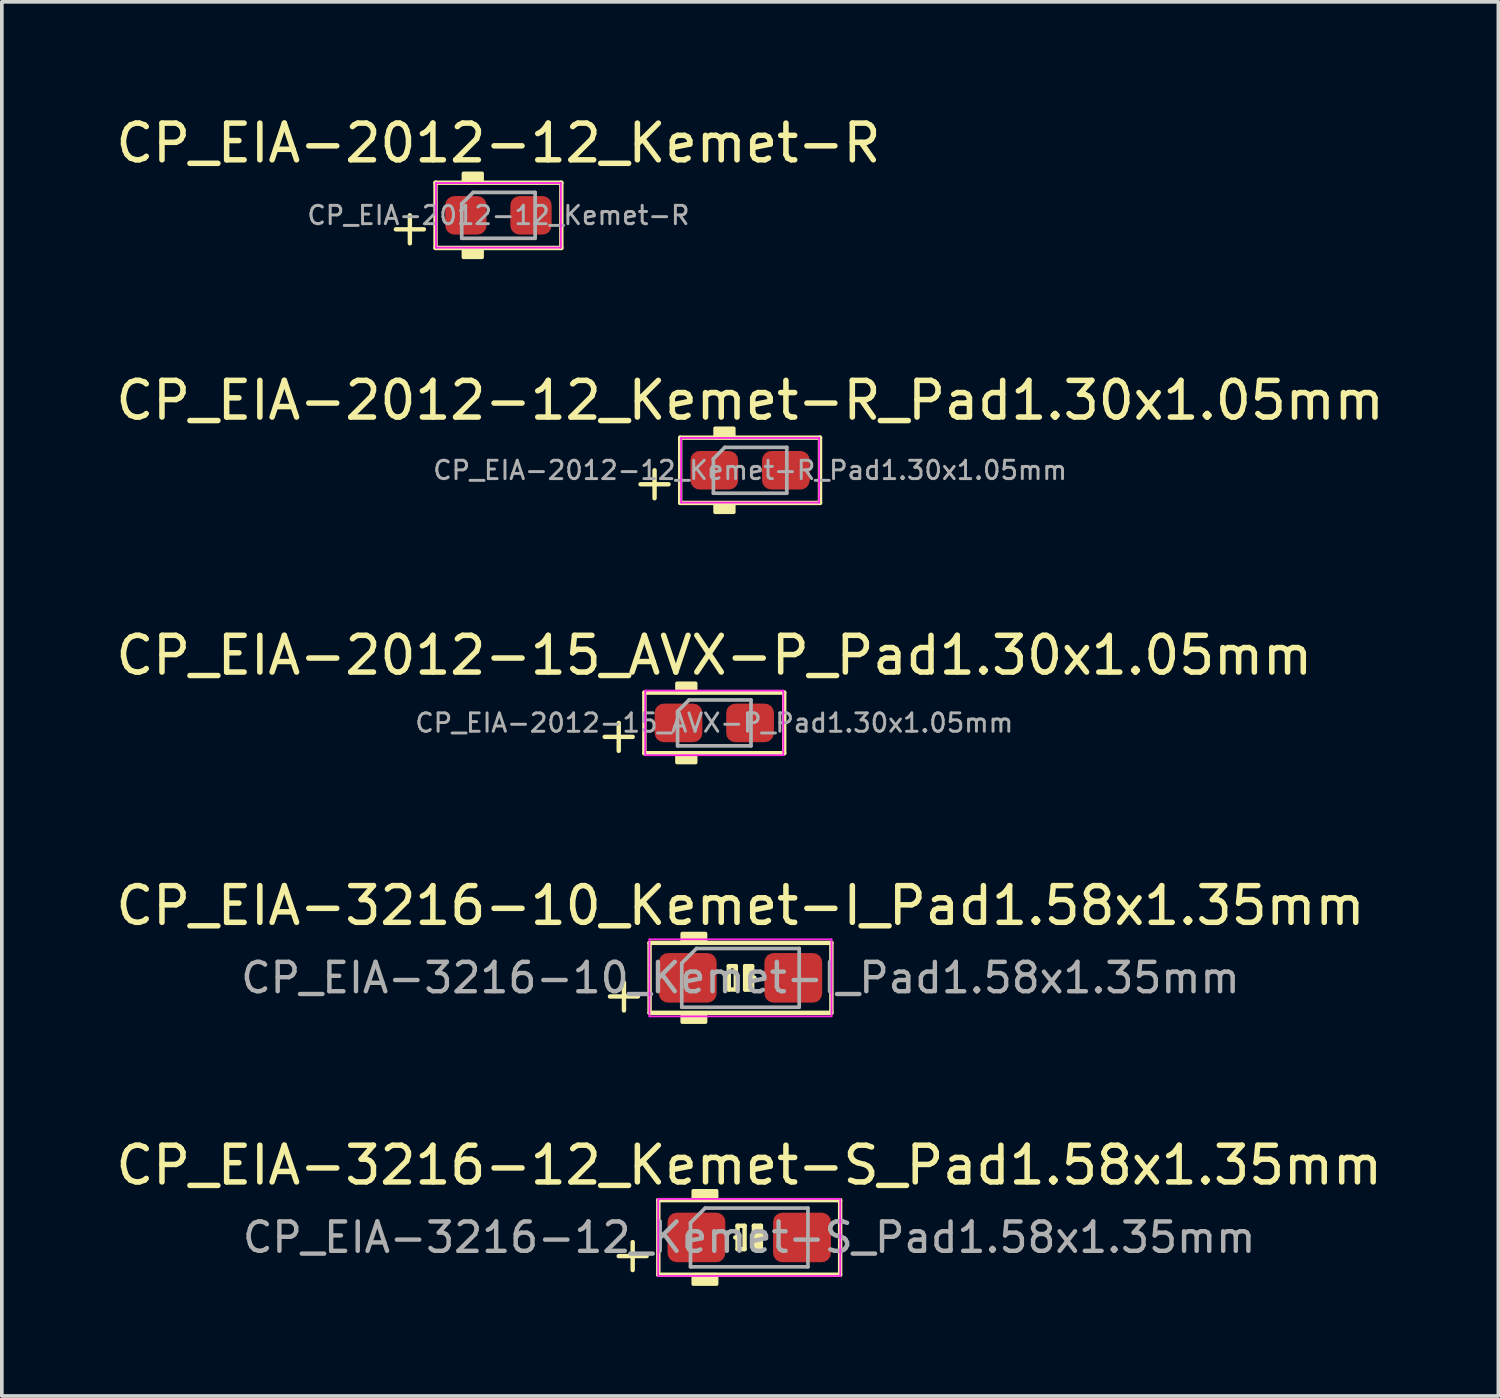
<source format=kicad_pcb>
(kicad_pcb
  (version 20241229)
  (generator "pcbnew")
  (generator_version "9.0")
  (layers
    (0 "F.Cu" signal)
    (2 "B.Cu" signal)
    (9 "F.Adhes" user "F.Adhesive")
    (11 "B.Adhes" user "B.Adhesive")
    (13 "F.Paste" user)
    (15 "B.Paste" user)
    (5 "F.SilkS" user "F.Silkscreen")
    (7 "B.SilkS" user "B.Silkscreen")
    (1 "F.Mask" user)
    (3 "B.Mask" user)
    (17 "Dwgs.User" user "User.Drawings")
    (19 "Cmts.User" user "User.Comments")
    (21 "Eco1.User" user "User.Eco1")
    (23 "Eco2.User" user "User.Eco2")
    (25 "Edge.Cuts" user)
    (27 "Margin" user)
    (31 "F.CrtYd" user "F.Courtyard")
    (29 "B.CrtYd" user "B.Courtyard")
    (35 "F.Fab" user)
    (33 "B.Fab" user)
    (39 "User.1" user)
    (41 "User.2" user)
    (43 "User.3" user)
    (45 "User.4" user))
  (footprint "CP_EIA-2012-12_Kemet-R_Pad1.30x1.05mm"
    (layer "F.Cu")
    (at 17.387 9.763)
    (property "Reference" "CP_EIA-2012-12_Kemet-R_Pad1.30x1.05mm" (at 0 -1.905 0) (layer "F.SilkS") (effects (font (size 1 1) (thickness 0.15))))
    (attr smd)
    (fp_line (start -2.985 0.381) (end -2.223 0.381) (stroke (width 0.12) (type solid)) (layer "F.SilkS"))
    (fp_line (start -2.603 0) (end -2.603 0.762) (stroke (width 0.12) (type solid)) (layer "F.SilkS"))
    (fp_line (start -1.905 -0.889) (end -1.905 0.889) (stroke (width 0.12) (type solid)) (layer "F.SilkS"))
    (fp_line (start -1.905 0.889) (end 1.905 0.889) (stroke (width 0.12) (type solid)) (layer "F.SilkS"))
    (fp_line (start 1.905 -0.889) (end -1.905 -0.889) (stroke (width 0.12) (type solid)) (layer "F.SilkS"))
    (fp_line (start 1.905 0.889) (end 1.905 -0.889) (stroke (width 0.12) (type solid)) (layer "F.SilkS"))
    (fp_poly (pts (xy -0.445 -0.889) (xy -0.953 -0.889) (xy -0.953 -1.143) (xy -0.445 -1.143)) (stroke (width 0.1) (type solid)) (fill yes) (layer "F.SilkS"))
    (fp_poly (pts (xy -0.445 1.143) (xy -0.953 1.143) (xy -0.953 0.889) (xy -0.445 0.889)) (stroke (width 0.1) (type solid)) (fill yes) (layer "F.SilkS"))
    (fp_line (start -1.88 -0.88) (end 1.88 -0.88) (stroke (width 0.05) (type solid)) (layer "F.CrtYd"))
    (fp_line (start -1.88 0.88) (end -1.88 -0.88) (stroke (width 0.05) (type solid)) (layer "F.CrtYd"))
    (fp_line (start 1.88 -0.88) (end 1.88 0.88) (stroke (width 0.05) (type solid)) (layer "F.CrtYd"))
    (fp_line (start 1.88 0.88) (end -1.88 0.88) (stroke (width 0.05) (type solid)) (layer "F.CrtYd"))
    (fp_line (start -1 -0.312) (end -1 0.625) (stroke (width 0.1) (type solid)) (layer "F.Fab"))
    (fp_line (start -1 0.625) (end 1 0.625) (stroke (width 0.1) (type solid)) (layer "F.Fab"))
    (fp_line (start -0.688 -0.625) (end -1 -0.312) (stroke (width 0.1) (type solid)) (layer "F.Fab"))
    (fp_line (start 1 -0.625) (end -0.688 -0.625) (stroke (width 0.1) (type solid)) (layer "F.Fab"))
    (fp_line (start 1 0.625) (end 1 -0.625) (stroke (width 0.1) (type solid)) (layer "F.Fab"))
    (fp_text user "${REFERENCE}" (at 0 0 0) (layer "F.Fab") (effects (font (size 0.5 0.5) (thickness 0.08))))
    (pad "1" smd roundrect (at -0.975 0) (size 1.3 1.05) (layers "F.Cu" "F.Mask" "F.Paste") (roundrect_rratio 0.238))
    (pad "2" smd roundrect (at 0.975 0) (size 1.3 1.05) (layers "F.Cu" "F.Mask" "F.Paste") (roundrect_rratio 0.238)))
  (footprint "CP_EIA-2012-15_AVX-P_Pad1.30x1.05mm"
    (layer "F.Cu")
    (at 16.411 16.646)
    (property "Reference" "CP_EIA-2012-15_AVX-P_Pad1.30x1.05mm" (at 0 -1.841 0) (layer "F.SilkS") (effects (font (size 1 1) (thickness 0.15))))
    (attr smd)
    (fp_line (start -2.985 0.381) (end -2.223 0.381) (stroke (width 0.12) (type solid)) (layer "F.SilkS"))
    (fp_line (start -2.603 0) (end -2.603 0.762) (stroke (width 0.12) (type solid)) (layer "F.SilkS"))
    (fp_line (start -1.905 -0.826) (end -1.905 0.826) (stroke (width 0.12) (type solid)) (layer "F.SilkS"))
    (fp_line (start -1.905 0.826) (end 1.905 0.826) (stroke (width 0.12) (type solid)) (layer "F.SilkS"))
    (fp_line (start 1.905 -0.826) (end -1.905 -0.826) (stroke (width 0.12) (type solid)) (layer "F.SilkS"))
    (fp_line (start 1.905 0.826) (end 1.905 -0.826) (stroke (width 0.12) (type solid)) (layer "F.SilkS"))
    (fp_poly (pts (xy -0.508 -0.826) (xy -1.016 -0.826) (xy -1.016 -1.079) (xy -0.508 -1.079)) (stroke (width 0.1) (type solid)) (fill yes) (layer "F.SilkS"))
    (fp_poly (pts (xy -0.508 1.079) (xy -1.016 1.079) (xy -1.016 0.826) (xy -0.508 0.826)) (stroke (width 0.1) (type solid)) (fill yes) (layer "F.SilkS"))
    (fp_line (start -1.88 -0.88) (end 1.88 -0.88) (stroke (width 0.05) (type solid)) (layer "F.CrtYd"))
    (fp_line (start -1.88 0.88) (end -1.88 -0.88) (stroke (width 0.05) (type solid)) (layer "F.CrtYd"))
    (fp_line (start 1.88 -0.88) (end 1.88 0.88) (stroke (width 0.05) (type solid)) (layer "F.CrtYd"))
    (fp_line (start 1.88 0.88) (end -1.88 0.88) (stroke (width 0.05) (type solid)) (layer "F.CrtYd"))
    (fp_line (start -1 -0.312) (end -1 0.625) (stroke (width 0.1) (type solid)) (layer "F.Fab"))
    (fp_line (start -1 0.625) (end 1 0.625) (stroke (width 0.1) (type solid)) (layer "F.Fab"))
    (fp_line (start -0.688 -0.625) (end -1 -0.312) (stroke (width 0.1) (type solid)) (layer "F.Fab"))
    (fp_line (start 1 -0.625) (end -0.688 -0.625) (stroke (width 0.1) (type solid)) (layer "F.Fab"))
    (fp_line (start 1 0.625) (end 1 -0.625) (stroke (width 0.1) (type solid)) (layer "F.Fab"))
    (fp_text user "${REFERENCE}" (at 0 0 0) (layer "F.Fab") (effects (font (size 0.5 0.5) (thickness 0.08))))
    (pad "1" smd roundrect (at -0.975 0) (size 1.3 1.05) (layers "F.Cu" "F.Mask" "F.Paste") (roundrect_rratio 0.238))
    (pad "2" smd roundrect (at 0.975 0) (size 1.3 1.05) (layers "F.Cu" "F.Mask" "F.Paste") (roundrect_rratio 0.238)))
  (footprint "CP_EIA-3216-12_Kemet-S_Pad1.58x1.35mm"
    (layer "F.Cu")
    (at 17.363 30.665)
    (property "Reference" "CP_EIA-3216-12_Kemet-S_Pad1.58x1.35mm" (at 0 -1.968 0) (layer "F.SilkS") (effects (font (size 1 1) (thickness 0.15))))
    (attr smd)
    (fp_line (start -3.556 0.508) (end -2.794 0.508) (stroke (width 0.12) (type solid)) (layer "F.SilkS"))
    (fp_line (start -3.175 0.127) (end -3.175 0.889) (stroke (width 0.12) (type solid)) (layer "F.SilkS"))
    (fp_line (start -2.477 -1.016) (end -2.477 1.016) (stroke (width 0.12) (type solid)) (layer "F.SilkS"))
    (fp_line (start -2.477 1.016) (end 2.477 1.016) (stroke (width 0.12) (type solid)) (layer "F.SilkS"))
    (fp_line (start -0.381 0) (end -0.318 0) (stroke (width 0.12) (type solid)) (layer "F.SilkS"))
    (fp_line (start -0.318 -0.318) (end -0.318 0) (stroke (width 0.12) (type solid)) (layer "F.SilkS"))
    (fp_line (start -0.318 0) (end -0.318 0.318) (stroke (width 0.12) (type solid)) (layer "F.SilkS"))
    (fp_line (start -0.318 0.318) (end -0.127 0.318) (stroke (width 0.12) (type solid)) (layer "F.SilkS"))
    (fp_line (start -0.127 -0.318) (end -0.318 -0.318) (stroke (width 0.12) (type solid)) (layer "F.SilkS"))
    (fp_line (start -0.127 0.318) (end -0.127 -0.318) (stroke (width 0.12) (type solid)) (layer "F.SilkS"))
    (fp_line (start 0.127 -0.318) (end 0.127 0.318) (stroke (width 0.12) (type solid)) (layer "F.SilkS"))
    (fp_line (start 0.127 0.318) (end 0.318 0.318) (stroke (width 0.12) (type solid)) (layer "F.SilkS"))
    (fp_line (start 0.318 -0.318) (end 0.127 -0.318) (stroke (width 0.12) (type solid)) (layer "F.SilkS"))
    (fp_line (start 0.318 0) (end 0.318 -0.318) (stroke (width 0.12) (type solid)) (layer "F.SilkS"))
    (fp_line (start 0.318 0.318) (end 0.318 0) (stroke (width 0.12) (type solid)) (layer "F.SilkS"))
    (fp_line (start 0.381 0) (end 0.318 0) (stroke (width 0.12) (type solid)) (layer "F.SilkS"))
    (fp_line (start 2.477 -1.016) (end -2.477 -1.016) (stroke (width 0.12) (type solid)) (layer "F.SilkS"))
    (fp_line (start 2.477 1.016) (end 2.477 -1.016) (stroke (width 0.12) (type solid)) (layer "F.SilkS"))
    (fp_poly (pts (xy -0.889 -1.016) (xy -1.524 -1.016) (xy -1.524 -1.27) (xy -0.889 -1.27)) (stroke (width 0.1) (type solid)) (fill yes) (layer "F.SilkS"))
    (fp_poly (pts (xy -0.889 1.27) (xy -1.524 1.27) (xy -1.524 1.016) (xy -0.889 1.016)) (stroke (width 0.1) (type solid)) (fill yes) (layer "F.SilkS"))
    (fp_poly (pts (xy 0.318 0.318) (xy 0.127 0.318) (xy 0.127 -0.318) (xy 0.318 -0.318)) (stroke (width 0.1) (type solid)) (fill yes) (layer "F.SilkS"))
    (fp_line (start -2.48 -1.05) (end 2.48 -1.05) (stroke (width 0.05) (type solid)) (layer "F.CrtYd"))
    (fp_line (start -2.48 1.05) (end -2.48 -1.05) (stroke (width 0.05) (type solid)) (layer "F.CrtYd"))
    (fp_line (start 2.48 -1.05) (end 2.48 1.05) (stroke (width 0.05) (type solid)) (layer "F.CrtYd"))
    (fp_line (start 2.48 1.05) (end -2.48 1.05) (stroke (width 0.05) (type solid)) (layer "F.CrtYd"))
    (fp_line (start -1.6 -0.4) (end -1.6 0.8) (stroke (width 0.1) (type solid)) (layer "F.Fab"))
    (fp_line (start -1.6 0.8) (end 1.6 0.8) (stroke (width 0.1) (type solid)) (layer "F.Fab"))
    (fp_line (start -1.2 -0.8) (end -1.6 -0.4) (stroke (width 0.1) (type solid)) (layer "F.Fab"))
    (fp_line (start 1.6 -0.8) (end -1.2 -0.8) (stroke (width 0.1) (type solid)) (layer "F.Fab"))
    (fp_line (start 1.6 0.8) (end 1.6 -0.8) (stroke (width 0.1) (type solid)) (layer "F.Fab"))
    (fp_text user "${REFERENCE}" (at 0 0 0) (layer "F.Fab") (effects (font (size 0.8 0.8) (thickness 0.12))))
    (pad "1" smd roundrect (at -1.438 0) (size 1.575 1.35) (layers "F.Cu" "F.Mask" "F.Paste") (roundrect_rratio 0.185))
    (pad "2" smd roundrect (at 1.438 0) (size 1.575 1.35) (layers "F.Cu" "F.Mask" "F.Paste") (roundrect_rratio 0.185)))
  (footprint "CP_EIA-2012-12_Kemet-R"
    (layer "F.Cu")
    (at 10.53 2.817)
    (property "Reference" "CP_EIA-2012-12_Kemet-R" (at 0 -1.968 0) (layer "F.SilkS") (effects (font (size 1 1) (thickness 0.15))))
    (attr smd)
    (fp_line (start -2.794 0.381) (end -2.032 0.381) (stroke (width 0.12) (type solid)) (layer "F.SilkS"))
    (fp_line (start -2.413 0) (end -2.413 0.762) (stroke (width 0.12) (type solid)) (layer "F.SilkS"))
    (fp_line (start -1.714 -0.889) (end -1.714 0.889) (stroke (width 0.12) (type solid)) (layer "F.SilkS"))
    (fp_line (start -1.714 0.889) (end 1.714 0.889) (stroke (width 0.12) (type solid)) (layer "F.SilkS"))
    (fp_line (start 1.714 -0.889) (end -1.714 -0.889) (stroke (width 0.12) (type solid)) (layer "F.SilkS"))
    (fp_line (start 1.714 0.889) (end 1.714 -0.889) (stroke (width 0.12) (type solid)) (layer "F.SilkS"))
    (fp_poly (pts (xy -0.445 -0.889) (xy -0.953 -0.889) (xy -0.953 -1.143) (xy -0.445 -1.143)) (stroke (width 0.1) (type solid)) (fill yes) (layer "F.SilkS"))
    (fp_poly (pts (xy -0.445 1.143) (xy -0.953 1.143) (xy -0.953 0.889) (xy -0.445 0.889)) (stroke (width 0.1) (type solid)) (fill yes) (layer "F.SilkS"))
    (fp_line (start -1.7 -0.88) (end 1.7 -0.88) (stroke (width 0.05) (type solid)) (layer "F.CrtYd"))
    (fp_line (start -1.7 0.88) (end -1.7 -0.88) (stroke (width 0.05) (type solid)) (layer "F.CrtYd"))
    (fp_line (start 1.7 -0.88) (end 1.7 0.88) (stroke (width 0.05) (type solid)) (layer "F.CrtYd"))
    (fp_line (start 1.7 0.88) (end -1.7 0.88) (stroke (width 0.05) (type solid)) (layer "F.CrtYd"))
    (fp_line (start -1 -0.312) (end -1 0.625) (stroke (width 0.1) (type solid)) (layer "F.Fab"))
    (fp_line (start -1 0.625) (end 1 0.625) (stroke (width 0.1) (type solid)) (layer "F.Fab"))
    (fp_line (start -0.688 -0.625) (end -1 -0.312) (stroke (width 0.1) (type solid)) (layer "F.Fab"))
    (fp_line (start 1 -0.625) (end -0.688 -0.625) (stroke (width 0.1) (type solid)) (layer "F.Fab"))
    (fp_line (start 1 0.625) (end 1 -0.625) (stroke (width 0.1) (type solid)) (layer "F.Fab"))
    (fp_text user "${REFERENCE}" (at 0 0 0) (layer "F.Fab") (effects (font (size 0.5 0.5) (thickness 0.08))))
    (pad "1" smd roundrect (at -0.887 0) (size 1.125 1.05) (layers "F.Cu" "F.Mask" "F.Paste") (roundrect_rratio 0.238))
    (pad "2" smd roundrect (at 0.887 0) (size 1.125 1.05) (layers "F.Cu" "F.Mask" "F.Paste") (roundrect_rratio 0.238)))
  (footprint "CP_EIA-3216-10_Kemet-I_Pad1.58x1.35mm"
    (layer "F.Cu")
    (at 17.125 23.592)
    (property "Reference" "CP_EIA-3216-10_Kemet-I_Pad1.58x1.35mm" (at 0 -1.968 0) (layer "F.SilkS") (effects (font (size 1 1) (thickness 0.15))))
    (attr smd)
    (fp_line (start -3.556 0.508) (end -2.794 0.508) (stroke (width 0.12) (type solid)) (layer "F.SilkS"))
    (fp_line (start -3.175 0.127) (end -3.175 0.889) (stroke (width 0.12) (type solid)) (layer "F.SilkS"))
    (fp_line (start -2.477 -0.953) (end -2.477 0.953) (stroke (width 0.12) (type solid)) (layer "F.SilkS"))
    (fp_line (start -2.477 0.953) (end 2.477 0.953) (stroke (width 0.12) (type solid)) (layer "F.SilkS"))
    (fp_line (start -0.381 0) (end -0.318 0) (stroke (width 0.12) (type solid)) (layer "F.SilkS"))
    (fp_line (start -0.318 -0.318) (end -0.318 0) (stroke (width 0.12) (type solid)) (layer "F.SilkS"))
    (fp_line (start -0.318 0) (end -0.318 0.318) (stroke (width 0.12) (type solid)) (layer "F.SilkS"))
    (fp_line (start -0.318 0.318) (end -0.127 0.318) (stroke (width 0.12) (type solid)) (layer "F.SilkS"))
    (fp_line (start -0.127 -0.318) (end -0.318 -0.318) (stroke (width 0.12) (type solid)) (layer "F.SilkS"))
    (fp_line (start -0.127 0.318) (end -0.127 -0.318) (stroke (width 0.12) (type solid)) (layer "F.SilkS"))
    (fp_line (start 0.127 -0.318) (end 0.127 0.318) (stroke (width 0.12) (type solid)) (layer "F.SilkS"))
    (fp_line (start 0.127 0.318) (end 0.318 0.318) (stroke (width 0.12) (type solid)) (layer "F.SilkS"))
    (fp_line (start 0.318 -0.318) (end 0.127 -0.318) (stroke (width 0.12) (type solid)) (layer "F.SilkS"))
    (fp_line (start 0.318 0) (end 0.318 -0.318) (stroke (width 0.12) (type solid)) (layer "F.SilkS"))
    (fp_line (start 0.318 0.318) (end 0.318 0) (stroke (width 0.12) (type solid)) (layer "F.SilkS"))
    (fp_line (start 0.381 0) (end 0.318 0) (stroke (width 0.12) (type solid)) (layer "F.SilkS"))
    (fp_line (start 2.477 -0.953) (end -2.477 -0.953) (stroke (width 0.12) (type solid)) (layer "F.SilkS"))
    (fp_line (start 2.477 0.953) (end 2.477 -0.953) (stroke (width 0.12) (type solid)) (layer "F.SilkS"))
    (fp_poly (pts (xy -0.953 -0.953) (xy -1.587 -0.953) (xy -1.587 -1.206) (xy -0.953 -1.206)) (stroke (width 0.1) (type solid)) (fill yes) (layer "F.SilkS"))
    (fp_poly (pts (xy -0.953 1.206) (xy -1.587 1.206) (xy -1.587 0.953) (xy -0.953 0.953)) (stroke (width 0.1) (type solid)) (fill yes) (layer "F.SilkS"))
    (fp_poly (pts (xy 0.318 0.318) (xy 0.127 0.318) (xy 0.127 -0.318) (xy 0.318 -0.318)) (stroke (width 0.1) (type solid)) (fill yes) (layer "F.SilkS"))
    (fp_line (start -2.48 -1.05) (end 2.48 -1.05) (stroke (width 0.05) (type solid)) (layer "F.CrtYd"))
    (fp_line (start -2.48 1.05) (end -2.48 -1.05) (stroke (width 0.05) (type solid)) (layer "F.CrtYd"))
    (fp_line (start 2.48 -1.05) (end 2.48 1.05) (stroke (width 0.05) (type solid)) (layer "F.CrtYd"))
    (fp_line (start 2.48 1.05) (end -2.48 1.05) (stroke (width 0.05) (type solid)) (layer "F.CrtYd"))
    (fp_line (start -1.6 -0.4) (end -1.6 0.8) (stroke (width 0.1) (type solid)) (layer "F.Fab"))
    (fp_line (start -1.6 0.8) (end 1.6 0.8) (stroke (width 0.1) (type solid)) (layer "F.Fab"))
    (fp_line (start -1.2 -0.8) (end -1.6 -0.4) (stroke (width 0.1) (type solid)) (layer "F.Fab"))
    (fp_line (start 1.6 -0.8) (end -1.2 -0.8) (stroke (width 0.1) (type solid)) (layer "F.Fab"))
    (fp_line (start 1.6 0.8) (end 1.6 -0.8) (stroke (width 0.1) (type solid)) (layer "F.Fab"))
    (fp_text user "${REFERENCE}" (at 0 0 0) (layer "F.Fab") (effects (font (size 0.8 0.8) (thickness 0.12))))
    (pad "1" smd roundrect (at -1.438 0) (size 1.575 1.35) (layers "F.Cu" "F.Mask" "F.Paste") (roundrect_rratio 0.185))
    (pad "2" smd roundrect (at 1.438 0) (size 1.575 1.35) (layers "F.Cu" "F.Mask" "F.Paste") (roundrect_rratio 0.185)))
  (gr_rect
    (start -3 -3)
    (end 37.774 34.985)
    (stroke (width 0.1) (type default))
    (fill no)
    (layer "Edge.Cuts")))
</source>
